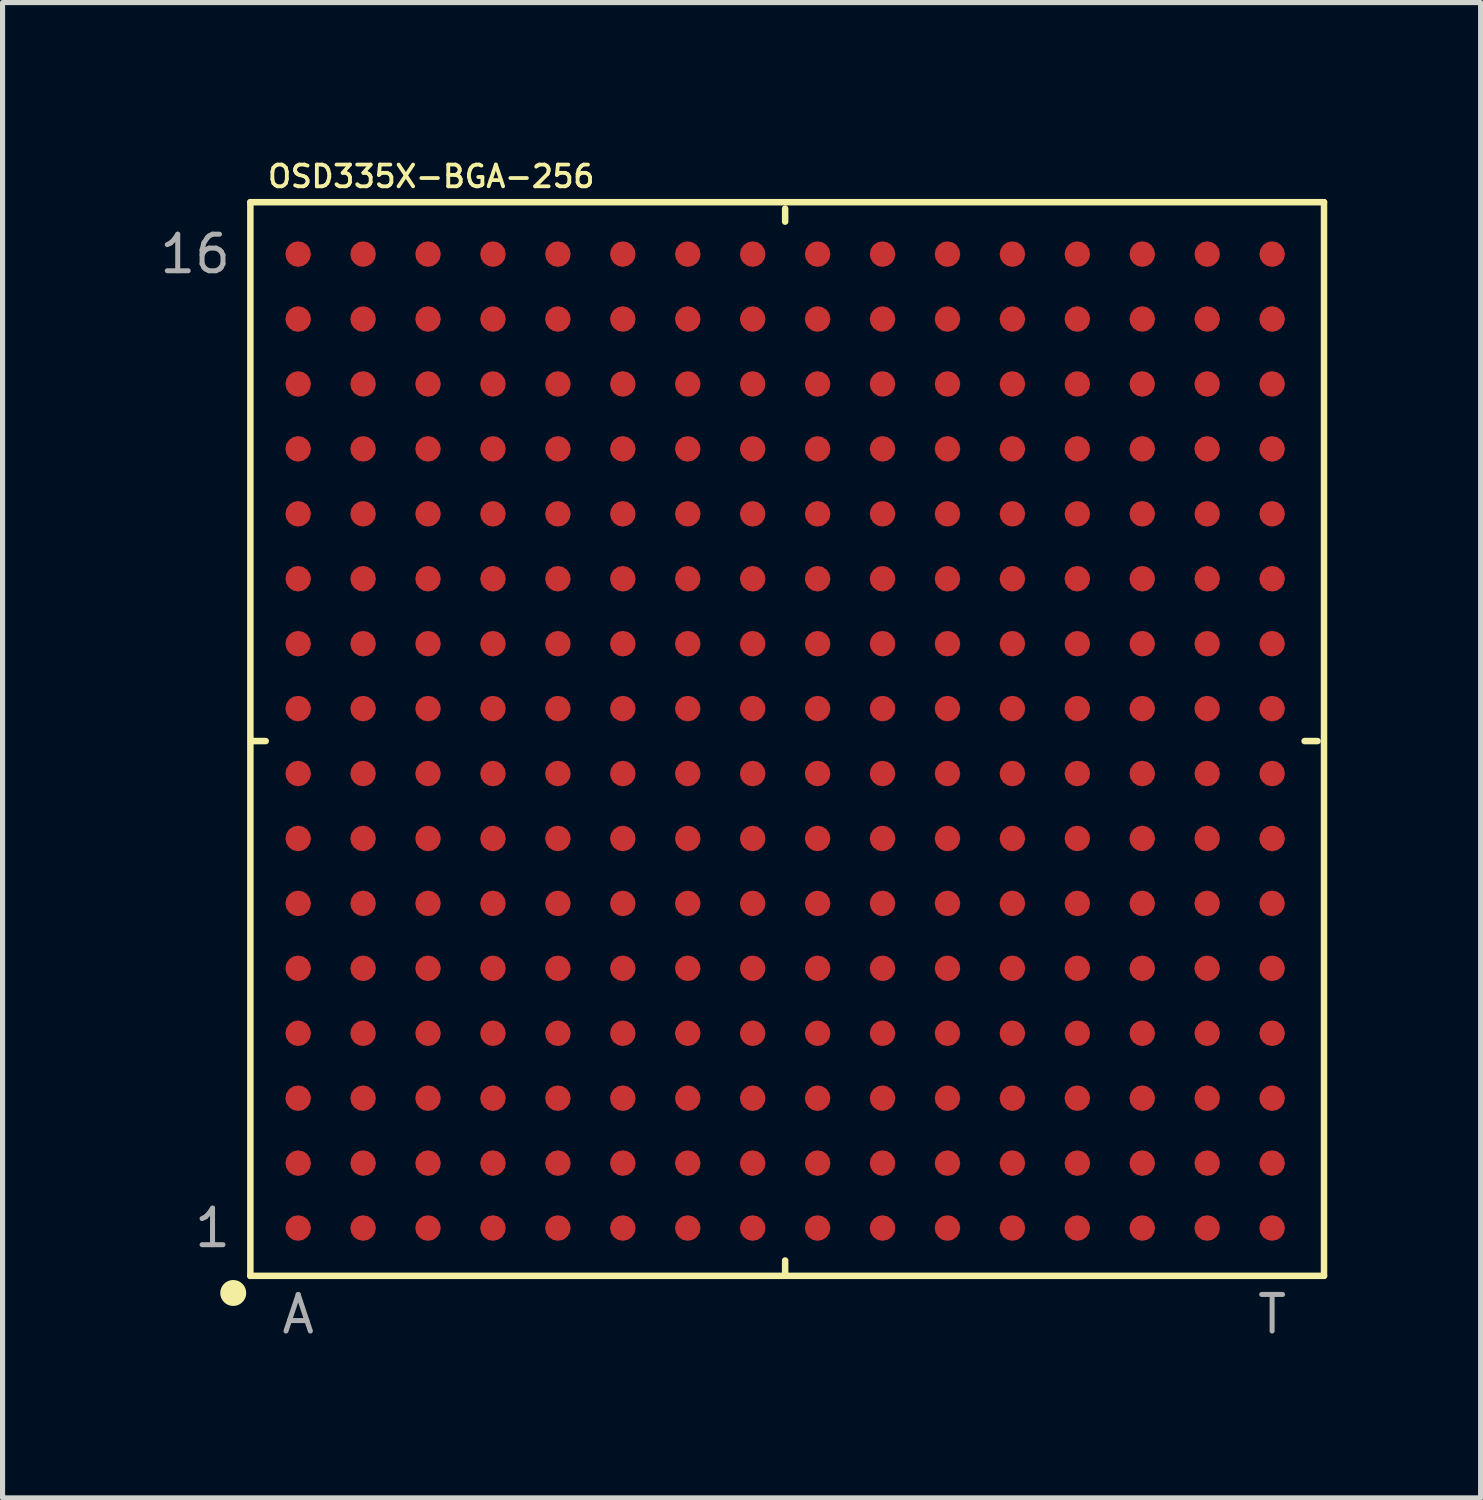
<source format=kicad_pcb>
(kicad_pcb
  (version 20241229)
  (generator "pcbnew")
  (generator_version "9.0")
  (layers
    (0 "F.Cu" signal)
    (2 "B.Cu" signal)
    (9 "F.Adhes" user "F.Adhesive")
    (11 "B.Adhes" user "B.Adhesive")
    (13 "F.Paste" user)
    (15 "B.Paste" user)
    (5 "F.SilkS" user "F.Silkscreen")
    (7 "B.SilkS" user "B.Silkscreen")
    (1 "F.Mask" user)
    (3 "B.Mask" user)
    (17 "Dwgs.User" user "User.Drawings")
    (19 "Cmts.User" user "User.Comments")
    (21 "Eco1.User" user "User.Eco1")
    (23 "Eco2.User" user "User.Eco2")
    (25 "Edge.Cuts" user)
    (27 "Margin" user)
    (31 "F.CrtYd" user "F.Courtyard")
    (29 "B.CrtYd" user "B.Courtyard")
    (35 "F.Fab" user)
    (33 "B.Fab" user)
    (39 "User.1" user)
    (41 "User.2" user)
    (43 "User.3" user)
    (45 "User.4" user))
  (footprint "OSD335X-BGA-256"
    (layer "F.Cu")
    (at 12.307 11.445)
    (property "Reference" "OSD335X-BGA-256" (at -10.16 -10.795 0) (unlocked yes) (layer "F.SilkS") (effects (font (size 0.425 0.425) (thickness 0.075)) (justify left bottom)))
    (fp_line (start -10.46 -10.54) (end -10.46 10.46) (stroke (width 0.127) (type solid)) (layer "F.SilkS"))
    (fp_line (start -10.46 10.46) (end 10.54 10.46) (stroke (width 0.127) (type solid)) (layer "F.SilkS"))
    (fp_line (start -10.414 0) (end -10.16 0) (stroke (width 0.127) (type solid)) (layer "F.SilkS"))
    (fp_line (start 0 -10.414) (end 0 -10.16) (stroke (width 0.127) (type solid)) (layer "F.SilkS"))
    (fp_line (start 0 10.414) (end 0 10.16) (stroke (width 0.127) (type solid)) (layer "F.SilkS"))
    (fp_line (start 10.414 0) (end 10.16 0) (stroke (width 0.127) (type solid)) (layer "F.SilkS"))
    (fp_line (start 10.54 -10.54) (end -10.46 -10.54) (stroke (width 0.127) (type solid)) (layer "F.SilkS"))
    (fp_line (start 10.54 10.46) (end 10.54 -10.54) (stroke (width 0.127) (type solid)) (layer "F.SilkS"))
    (fp_circle (center -10.795 10.795) (end -10.668 10.795) (stroke (width 0.254) (type solid)) (fill no) (layer "F.SilkS"))
    (fp_text user "T" (at 9.525 10.795 0) (unlocked yes) (layer "F.Fab") (effects (font (size 0.715 0.715) (thickness 0.098)) (justify top)))
    (fp_text user "1" (at -10.795 9.525 0) (unlocked yes) (layer "F.Fab") (effects (font (size 0.715 0.715) (thickness 0.098)) (justify right)))
    (fp_text user "A" (at -9.525 10.795 0) (unlocked yes) (layer "F.Fab") (effects (font (size 0.715 0.715) (thickness 0.098)) (justify top)))
    (fp_text user "16" (at -10.795 -9.525 0) (unlocked yes) (layer "F.Fab") (effects (font (size 0.715 0.715) (thickness 0.098)) (justify right)))
    (pad "A1" smd roundrect (at -9.525 9.525) (size 0.5 0.5) (layers "F.Cu" "F.Mask" "F.Paste") (roundrect_rratio 0.5))
    (pad "A2" smd roundrect (at -9.525 8.255) (size 0.5 0.5) (layers "F.Cu" "F.Mask" "F.Paste") (roundrect_rratio 0.5))
    (pad "A3" smd roundrect (at -9.525 6.985) (size 0.5 0.5) (layers "F.Cu" "F.Mask" "F.Paste") (roundrect_rratio 0.5))
    (pad "A4" smd roundrect (at -9.525 5.715) (size 0.5 0.5) (layers "F.Cu" "F.Mask" "F.Paste") (roundrect_rratio 0.5))
    (pad "A5" smd roundrect (at -9.525 4.445) (size 0.5 0.5) (layers "F.Cu" "F.Mask" "F.Paste") (roundrect_rratio 0.5))
    (pad "A6" smd roundrect (at -9.525 3.175) (size 0.5 0.5) (layers "F.Cu" "F.Mask" "F.Paste") (roundrect_rratio 0.5))
    (pad "A7" smd roundrect (at -9.525 1.905) (size 0.5 0.5) (layers "F.Cu" "F.Mask" "F.Paste") (roundrect_rratio 0.5))
    (pad "A8" smd roundrect (at -9.525 0.635) (size 0.5 0.5) (layers "F.Cu" "F.Mask" "F.Paste") (roundrect_rratio 0.5))
    (pad "A9" smd roundrect (at -9.525 -0.635) (size 0.5 0.5) (layers "F.Cu" "F.Mask" "F.Paste") (roundrect_rratio 0.5))
    (pad "A10" smd roundrect (at -9.525 -1.905) (size 0.5 0.5) (layers "F.Cu" "F.Mask" "F.Paste") (roundrect_rratio 0.5))
    (pad "A11" smd roundrect (at -9.525 -3.175) (size 0.5 0.5) (layers "F.Cu" "F.Mask" "F.Paste") (roundrect_rratio 0.5))
    (pad "A12" smd roundrect (at -9.525 -4.445) (size 0.5 0.5) (layers "F.Cu" "F.Mask" "F.Paste") (roundrect_rratio 0.5))
    (pad "A13" smd roundrect (at -9.525 -5.715) (size 0.5 0.5) (layers "F.Cu" "F.Mask" "F.Paste") (roundrect_rratio 0.5))
    (pad "A14" smd roundrect (at -9.525 -6.985) (size 0.5 0.5) (layers "F.Cu" "F.Mask" "F.Paste") (roundrect_rratio 0.5))
    (pad "A15" smd roundrect (at -9.525 -8.255) (size 0.5 0.5) (layers "F.Cu" "F.Mask" "F.Paste") (roundrect_rratio 0.5))
    (pad "A16" smd roundrect (at -9.525 -9.525) (size 0.5 0.5) (layers "F.Cu" "F.Mask" "F.Paste") (roundrect_rratio 0.5))
    (pad "B1" smd roundrect (at -8.255 9.525) (size 0.5 0.5) (layers "F.Cu" "F.Mask" "F.Paste") (roundrect_rratio 0.5))
    (pad "B2" smd roundrect (at -8.255 8.255) (size 0.5 0.5) (layers "F.Cu" "F.Mask" "F.Paste") (roundrect_rratio 0.5))
    (pad "B3" smd roundrect (at -8.255 6.985) (size 0.5 0.5) (layers "F.Cu" "F.Mask" "F.Paste") (roundrect_rratio 0.5))
    (pad "B4" smd roundrect (at -8.255 5.715) (size 0.5 0.5) (layers "F.Cu" "F.Mask" "F.Paste") (roundrect_rratio 0.5))
    (pad "B5" smd roundrect (at -8.255 4.445) (size 0.5 0.5) (layers "F.Cu" "F.Mask" "F.Paste") (roundrect_rratio 0.5))
    (pad "B6" smd roundrect (at -8.255 3.175) (size 0.5 0.5) (layers "F.Cu" "F.Mask" "F.Paste") (roundrect_rratio 0.5))
    (pad "B7" smd roundrect (at -8.255 1.905) (size 0.5 0.5) (layers "F.Cu" "F.Mask" "F.Paste") (roundrect_rratio 0.5))
    (pad "B8" smd roundrect (at -8.255 0.635) (size 0.5 0.5) (layers "F.Cu" "F.Mask" "F.Paste") (roundrect_rratio 0.5))
    (pad "B9" smd roundrect (at -8.255 -0.635) (size 0.5 0.5) (layers "F.Cu" "F.Mask" "F.Paste") (roundrect_rratio 0.5))
    (pad "B10" smd roundrect (at -8.255 -1.905) (size 0.5 0.5) (layers "F.Cu" "F.Mask" "F.Paste") (roundrect_rratio 0.5))
    (pad "B11" smd roundrect (at -8.255 -3.175) (size 0.5 0.5) (layers "F.Cu" "F.Mask" "F.Paste") (roundrect_rratio 0.5))
    (pad "B12" smd roundrect (at -8.255 -4.445) (size 0.5 0.5) (layers "F.Cu" "F.Mask" "F.Paste") (roundrect_rratio 0.5))
    (pad "B13" smd roundrect (at -8.255 -5.715) (size 0.5 0.5) (layers "F.Cu" "F.Mask" "F.Paste") (roundrect_rratio 0.5))
    (pad "B14" smd roundrect (at -8.255 -6.985) (size 0.5 0.5) (layers "F.Cu" "F.Mask" "F.Paste") (roundrect_rratio 0.5))
    (pad "B15" smd roundrect (at -8.255 -8.255) (size 0.5 0.5) (layers "F.Cu" "F.Mask" "F.Paste") (roundrect_rratio 0.5))
    (pad "B16" smd roundrect (at -8.255 -9.525) (size 0.5 0.5) (layers "F.Cu" "F.Mask" "F.Paste") (roundrect_rratio 0.5))
    (pad "C1" smd roundrect (at -6.985 9.525) (size 0.5 0.5) (layers "F.Cu" "F.Mask" "F.Paste") (roundrect_rratio 0.5))
    (pad "C2" smd roundrect (at -6.985 8.255) (size 0.5 0.5) (layers "F.Cu" "F.Mask" "F.Paste") (roundrect_rratio 0.5))
    (pad "C3" smd roundrect (at -6.985 6.985) (size 0.5 0.5) (layers "F.Cu" "F.Mask" "F.Paste") (roundrect_rratio 0.5))
    (pad "C4" smd roundrect (at -6.985 5.715) (size 0.5 0.5) (layers "F.Cu" "F.Mask" "F.Paste") (roundrect_rratio 0.5))
    (pad "C5" smd roundrect (at -6.985 4.445) (size 0.5 0.5) (layers "F.Cu" "F.Mask" "F.Paste") (roundrect_rratio 0.5))
    (pad "C6" smd roundrect (at -6.985 3.175) (size 0.5 0.5) (layers "F.Cu" "F.Mask" "F.Paste") (roundrect_rratio 0.5))
    (pad "C7" smd roundrect (at -6.985 1.905) (size 0.5 0.5) (layers "F.Cu" "F.Mask" "F.Paste") (roundrect_rratio 0.5))
    (pad "C8" smd roundrect (at -6.985 0.635) (size 0.5 0.5) (layers "F.Cu" "F.Mask" "F.Paste") (roundrect_rratio 0.5))
    (pad "C9" smd roundrect (at -6.985 -0.635) (size 0.5 0.5) (layers "F.Cu" "F.Mask" "F.Paste") (roundrect_rratio 0.5))
    (pad "C10" smd roundrect (at -6.985 -1.905) (size 0.5 0.5) (layers "F.Cu" "F.Mask" "F.Paste") (roundrect_rratio 0.5))
    (pad "C11" smd roundrect (at -6.985 -3.175) (size 0.5 0.5) (layers "F.Cu" "F.Mask" "F.Paste") (roundrect_rratio 0.5))
    (pad "C12" smd roundrect (at -6.985 -4.445) (size 0.5 0.5) (layers "F.Cu" "F.Mask" "F.Paste") (roundrect_rratio 0.5))
    (pad "C13" smd roundrect (at -6.985 -5.715) (size 0.5 0.5) (layers "F.Cu" "F.Mask" "F.Paste") (roundrect_rratio 0.5))
    (pad "C14" smd roundrect (at -6.985 -6.985) (size 0.5 0.5) (layers "F.Cu" "F.Mask" "F.Paste") (roundrect_rratio 0.5))
    (pad "C15" smd roundrect (at -6.985 -8.255) (size 0.5 0.5) (layers "F.Cu" "F.Mask" "F.Paste") (roundrect_rratio 0.5))
    (pad "C16" smd roundrect (at -6.985 -9.525) (size 0.5 0.5) (layers "F.Cu" "F.Mask" "F.Paste") (roundrect_rratio 0.5))
    (pad "D1" smd roundrect (at -5.715 9.525) (size 0.5 0.5) (layers "F.Cu" "F.Mask" "F.Paste") (roundrect_rratio 0.5))
    (pad "D2" smd roundrect (at -5.715 8.255) (size 0.5 0.5) (layers "F.Cu" "F.Mask" "F.Paste") (roundrect_rratio 0.5))
    (pad "D3" smd roundrect (at -5.715 6.985) (size 0.5 0.5) (layers "F.Cu" "F.Mask" "F.Paste") (roundrect_rratio 0.5))
    (pad "D4" smd roundrect (at -5.715 5.715) (size 0.5 0.5) (layers "F.Cu" "F.Mask" "F.Paste") (roundrect_rratio 0.5))
    (pad "D5" smd roundrect (at -5.715 4.445) (size 0.5 0.5) (layers "F.Cu" "F.Mask" "F.Paste") (roundrect_rratio 0.5))
    (pad "D6" smd roundrect (at -5.715 3.175) (size 0.5 0.5) (layers "F.Cu" "F.Mask" "F.Paste") (roundrect_rratio 0.5))
    (pad "D7" smd roundrect (at -5.715 1.905) (size 0.5 0.5) (layers "F.Cu" "F.Mask" "F.Paste") (roundrect_rratio 0.5))
    (pad "D8" smd roundrect (at -5.715 0.635) (size 0.5 0.5) (layers "F.Cu" "F.Mask" "F.Paste") (roundrect_rratio 0.5))
    (pad "D9" smd roundrect (at -5.715 -0.635) (size 0.5 0.5) (layers "F.Cu" "F.Mask" "F.Paste") (roundrect_rratio 0.5))
    (pad "D10" smd roundrect (at -5.715 -1.905) (size 0.5 0.5) (layers "F.Cu" "F.Mask" "F.Paste") (roundrect_rratio 0.5))
    (pad "D11" smd roundrect (at -5.715 -3.175) (size 0.5 0.5) (layers "F.Cu" "F.Mask" "F.Paste") (roundrect_rratio 0.5))
    (pad "D12" smd roundrect (at -5.715 -4.445) (size 0.5 0.5) (layers "F.Cu" "F.Mask" "F.Paste") (roundrect_rratio 0.5))
    (pad "D13" smd roundrect (at -5.715 -5.715) (size 0.5 0.5) (layers "F.Cu" "F.Mask" "F.Paste") (roundrect_rratio 0.5))
    (pad "D14" smd roundrect (at -5.715 -6.985) (size 0.5 0.5) (layers "F.Cu" "F.Mask" "F.Paste") (roundrect_rratio 0.5))
    (pad "D15" smd roundrect (at -5.715 -8.255) (size 0.5 0.5) (layers "F.Cu" "F.Mask" "F.Paste") (roundrect_rratio 0.5))
    (pad "D16" smd roundrect (at -5.715 -9.525) (size 0.5 0.5) (layers "F.Cu" "F.Mask" "F.Paste") (roundrect_rratio 0.5))
    (pad "E1" smd roundrect (at -4.445 9.525) (size 0.5 0.5) (layers "F.Cu" "F.Mask" "F.Paste") (roundrect_rratio 0.5))
    (pad "E2" smd roundrect (at -4.445 8.255) (size 0.5 0.5) (layers "F.Cu" "F.Mask" "F.Paste") (roundrect_rratio 0.5))
    (pad "E3" smd roundrect (at -4.445 6.985) (size 0.5 0.5) (layers "F.Cu" "F.Mask" "F.Paste") (roundrect_rratio 0.5))
    (pad "E4" smd roundrect (at -4.445 5.715) (size 0.5 0.5) (layers "F.Cu" "F.Mask" "F.Paste") (roundrect_rratio 0.5))
    (pad "E5" smd roundrect (at -4.445 4.445) (size 0.5 0.5) (layers "F.Cu" "F.Mask" "F.Paste") (roundrect_rratio 0.5))
    (pad "E6" smd roundrect (at -4.445 3.175) (size 0.5 0.5) (layers "F.Cu" "F.Mask" "F.Paste") (roundrect_rratio 0.5))
    (pad "E7" smd roundrect (at -4.445 1.905) (size 0.5 0.5) (layers "F.Cu" "F.Mask" "F.Paste") (roundrect_rratio 0.5))
    (pad "E8" smd roundrect (at -4.445 0.635) (size 0.5 0.5) (layers "F.Cu" "F.Mask" "F.Paste") (roundrect_rratio 0.5))
    (pad "E9" smd roundrect (at -4.445 -0.635) (size 0.5 0.5) (layers "F.Cu" "F.Mask" "F.Paste") (roundrect_rratio 0.5))
    (pad "E10" smd roundrect (at -4.445 -1.905) (size 0.5 0.5) (layers "F.Cu" "F.Mask" "F.Paste") (roundrect_rratio 0.5))
    (pad "E11" smd roundrect (at -4.445 -3.175) (size 0.5 0.5) (layers "F.Cu" "F.Mask" "F.Paste") (roundrect_rratio 0.5))
    (pad "E12" smd roundrect (at -4.445 -4.445) (size 0.5 0.5) (layers "F.Cu" "F.Mask" "F.Paste") (roundrect_rratio 0.5))
    (pad "E13" smd roundrect (at -4.445 -5.715) (size 0.5 0.5) (layers "F.Cu" "F.Mask" "F.Paste") (roundrect_rratio 0.5))
    (pad "E14" smd roundrect (at -4.445 -6.985) (size 0.5 0.5) (layers "F.Cu" "F.Mask" "F.Paste") (roundrect_rratio 0.5))
    (pad "E15" smd roundrect (at -4.445 -8.255) (size 0.5 0.5) (layers "F.Cu" "F.Mask" "F.Paste") (roundrect_rratio 0.5))
    (pad "E16" smd roundrect (at -4.445 -9.525) (size 0.5 0.5) (layers "F.Cu" "F.Mask" "F.Paste") (roundrect_rratio 0.5))
    (pad "F1" smd roundrect (at -3.175 9.525) (size 0.5 0.5) (layers "F.Cu" "F.Mask" "F.Paste") (roundrect_rratio 0.5))
    (pad "F2" smd roundrect (at -3.175 8.255) (size 0.5 0.5) (layers "F.Cu" "F.Mask" "F.Paste") (roundrect_rratio 0.5))
    (pad "F3" smd roundrect (at -3.175 6.985) (size 0.5 0.5) (layers "F.Cu" "F.Mask" "F.Paste") (roundrect_rratio 0.5))
    (pad "F4" smd roundrect (at -3.175 5.715) (size 0.5 0.5) (layers "F.Cu" "F.Mask" "F.Paste") (roundrect_rratio 0.5))
    (pad "F5" smd roundrect (at -3.175 4.445) (size 0.5 0.5) (layers "F.Cu" "F.Mask" "F.Paste") (roundrect_rratio 0.5))
    (pad "F6" smd roundrect (at -3.175 3.175) (size 0.5 0.5) (layers "F.Cu" "F.Mask" "F.Paste") (roundrect_rratio 0.5))
    (pad "F7" smd roundrect (at -3.175 1.905) (size 0.5 0.5) (layers "F.Cu" "F.Mask" "F.Paste") (roundrect_rratio 0.5))
    (pad "F8" smd roundrect (at -3.175 0.635) (size 0.5 0.5) (layers "F.Cu" "F.Mask" "F.Paste") (roundrect_rratio 0.5))
    (pad "F9" smd roundrect (at -3.175 -0.635) (size 0.5 0.5) (layers "F.Cu" "F.Mask" "F.Paste") (roundrect_rratio 0.5))
    (pad "F10" smd roundrect (at -3.175 -1.905) (size 0.5 0.5) (layers "F.Cu" "F.Mask" "F.Paste") (roundrect_rratio 0.5))
    (pad "F11" smd roundrect (at -3.175 -3.175) (size 0.5 0.5) (layers "F.Cu" "F.Mask" "F.Paste") (roundrect_rratio 0.5))
    (pad "F12" smd roundrect (at -3.175 -4.445) (size 0.5 0.5) (layers "F.Cu" "F.Mask" "F.Paste") (roundrect_rratio 0.5))
    (pad "F13" smd roundrect (at -3.175 -5.715) (size 0.5 0.5) (layers "F.Cu" "F.Mask" "F.Paste") (roundrect_rratio 0.5))
    (pad "F14" smd roundrect (at -3.175 -6.985) (size 0.5 0.5) (layers "F.Cu" "F.Mask" "F.Paste") (roundrect_rratio 0.5))
    (pad "F15" smd roundrect (at -3.175 -8.255) (size 0.5 0.5) (layers "F.Cu" "F.Mask" "F.Paste") (roundrect_rratio 0.5))
    (pad "F16" smd roundrect (at -3.175 -9.525) (size 0.5 0.5) (layers "F.Cu" "F.Mask" "F.Paste") (roundrect_rratio 0.5))
    (pad "G1" smd roundrect (at -1.905 9.525) (size 0.5 0.5) (layers "F.Cu" "F.Mask" "F.Paste") (roundrect_rratio 0.5))
    (pad "G2" smd roundrect (at -1.905 8.255) (size 0.5 0.5) (layers "F.Cu" "F.Mask" "F.Paste") (roundrect_rratio 0.5))
    (pad "G3" smd roundrect (at -1.905 6.985) (size 0.5 0.5) (layers "F.Cu" "F.Mask" "F.Paste") (roundrect_rratio 0.5))
    (pad "G4" smd roundrect (at -1.905 5.715) (size 0.5 0.5) (layers "F.Cu" "F.Mask" "F.Paste") (roundrect_rratio 0.5))
    (pad "G5" smd roundrect (at -1.905 4.445) (size 0.5 0.5) (layers "F.Cu" "F.Mask" "F.Paste") (roundrect_rratio 0.5))
    (pad "G6" smd roundrect (at -1.905 3.175) (size 0.5 0.5) (layers "F.Cu" "F.Mask" "F.Paste") (roundrect_rratio 0.5))
    (pad "G7" smd roundrect (at -1.905 1.905) (size 0.5 0.5) (layers "F.Cu" "F.Mask" "F.Paste") (roundrect_rratio 0.5))
    (pad "G8" smd roundrect (at -1.905 0.635) (size 0.5 0.5) (layers "F.Cu" "F.Mask" "F.Paste") (roundrect_rratio 0.5))
    (pad "G9" smd roundrect (at -1.905 -0.635) (size 0.5 0.5) (layers "F.Cu" "F.Mask" "F.Paste") (roundrect_rratio 0.5))
    (pad "G10" smd roundrect (at -1.905 -1.905) (size 0.5 0.5) (layers "F.Cu" "F.Mask" "F.Paste") (roundrect_rratio 0.5))
    (pad "G11" smd roundrect (at -1.905 -3.175) (size 0.5 0.5) (layers "F.Cu" "F.Mask" "F.Paste") (roundrect_rratio 0.5))
    (pad "G12" smd roundrect (at -1.905 -4.445) (size 0.5 0.5) (layers "F.Cu" "F.Mask" "F.Paste") (roundrect_rratio 0.5))
    (pad "G13" smd roundrect (at -1.905 -5.715) (size 0.5 0.5) (layers "F.Cu" "F.Mask" "F.Paste") (roundrect_rratio 0.5))
    (pad "G14" smd roundrect (at -1.905 -6.985) (size 0.5 0.5) (layers "F.Cu" "F.Mask" "F.Paste") (roundrect_rratio 0.5))
    (pad "G15" smd roundrect (at -1.905 -8.255) (size 0.5 0.5) (layers "F.Cu" "F.Mask" "F.Paste") (roundrect_rratio 0.5))
    (pad "G16" smd roundrect (at -1.905 -9.525) (size 0.5 0.5) (layers "F.Cu" "F.Mask" "F.Paste") (roundrect_rratio 0.5))
    (pad "H1" smd roundrect (at -0.635 9.525) (size 0.5 0.5) (layers "F.Cu" "F.Mask" "F.Paste") (roundrect_rratio 0.5))
    (pad "H2" smd roundrect (at -0.635 8.255) (size 0.5 0.5) (layers "F.Cu" "F.Mask" "F.Paste") (roundrect_rratio 0.5))
    (pad "H3" smd roundrect (at -0.635 6.985) (size 0.5 0.5) (layers "F.Cu" "F.Mask" "F.Paste") (roundrect_rratio 0.5))
    (pad "H4" smd roundrect (at -0.635 5.715) (size 0.5 0.5) (layers "F.Cu" "F.Mask" "F.Paste") (roundrect_rratio 0.5))
    (pad "H5" smd roundrect (at -0.635 4.445) (size 0.5 0.5) (layers "F.Cu" "F.Mask" "F.Paste") (roundrect_rratio 0.5))
    (pad "H6" smd roundrect (at -0.635 3.175) (size 0.5 0.5) (layers "F.Cu" "F.Mask" "F.Paste") (roundrect_rratio 0.5))
    (pad "H7" smd roundrect (at -0.635 1.905) (size 0.5 0.5) (layers "F.Cu" "F.Mask" "F.Paste") (roundrect_rratio 0.5))
    (pad "H8" smd roundrect (at -0.635 0.635) (size 0.5 0.5) (layers "F.Cu" "F.Mask" "F.Paste") (roundrect_rratio 0.5))
    (pad "H9" smd roundrect (at -0.635 -0.635) (size 0.5 0.5) (layers "F.Cu" "F.Mask" "F.Paste") (roundrect_rratio 0.5))
    (pad "H10" smd roundrect (at -0.635 -1.905) (size 0.5 0.5) (layers "F.Cu" "F.Mask" "F.Paste") (roundrect_rratio 0.5))
    (pad "H11" smd roundrect (at -0.635 -3.175) (size 0.5 0.5) (layers "F.Cu" "F.Mask" "F.Paste") (roundrect_rratio 0.5))
    (pad "H12" smd roundrect (at -0.635 -4.445) (size 0.5 0.5) (layers "F.Cu" "F.Mask" "F.Paste") (roundrect_rratio 0.5))
    (pad "H13" smd roundrect (at -0.635 -5.715) (size 0.5 0.5) (layers "F.Cu" "F.Mask" "F.Paste") (roundrect_rratio 0.5))
    (pad "H14" smd roundrect (at -0.635 -6.985) (size 0.5 0.5) (layers "F.Cu" "F.Mask" "F.Paste") (roundrect_rratio 0.5))
    (pad "H15" smd roundrect (at -0.635 -8.255) (size 0.5 0.5) (layers "F.Cu" "F.Mask" "F.Paste") (roundrect_rratio 0.5))
    (pad "H16" smd roundrect (at -0.635 -9.525) (size 0.5 0.5) (layers "F.Cu" "F.Mask" "F.Paste") (roundrect_rratio 0.5))
    (pad "J1" smd roundrect (at 0.635 9.525) (size 0.5 0.5) (layers "F.Cu" "F.Mask" "F.Paste") (roundrect_rratio 0.5))
    (pad "J2" smd roundrect (at 0.635 8.255) (size 0.5 0.5) (layers "F.Cu" "F.Mask" "F.Paste") (roundrect_rratio 0.5))
    (pad "J3" smd roundrect (at 0.635 6.985) (size 0.5 0.5) (layers "F.Cu" "F.Mask" "F.Paste") (roundrect_rratio 0.5))
    (pad "J4" smd roundrect (at 0.635 5.715) (size 0.5 0.5) (layers "F.Cu" "F.Mask" "F.Paste") (roundrect_rratio 0.5))
    (pad "J5" smd roundrect (at 0.635 4.445) (size 0.5 0.5) (layers "F.Cu" "F.Mask" "F.Paste") (roundrect_rratio 0.5))
    (pad "J6" smd roundrect (at 0.635 3.175) (size 0.5 0.5) (layers "F.Cu" "F.Mask" "F.Paste") (roundrect_rratio 0.5))
    (pad "J7" smd roundrect (at 0.635 1.905) (size 0.5 0.5) (layers "F.Cu" "F.Mask" "F.Paste") (roundrect_rratio 0.5))
    (pad "J8" smd roundrect (at 0.635 0.635) (size 0.5 0.5) (layers "F.Cu" "F.Mask" "F.Paste") (roundrect_rratio 0.5))
    (pad "J9" smd roundrect (at 0.635 -0.635) (size 0.5 0.5) (layers "F.Cu" "F.Mask" "F.Paste") (roundrect_rratio 0.5))
    (pad "J10" smd roundrect (at 0.635 -1.905) (size 0.5 0.5) (layers "F.Cu" "F.Mask" "F.Paste") (roundrect_rratio 0.5))
    (pad "J11" smd roundrect (at 0.635 -3.175) (size 0.5 0.5) (layers "F.Cu" "F.Mask" "F.Paste") (roundrect_rratio 0.5))
    (pad "J12" smd roundrect (at 0.635 -4.445) (size 0.5 0.5) (layers "F.Cu" "F.Mask" "F.Paste") (roundrect_rratio 0.5))
    (pad "J13" smd roundrect (at 0.635 -5.715) (size 0.5 0.5) (layers "F.Cu" "F.Mask" "F.Paste") (roundrect_rratio 0.5))
    (pad "J14" smd roundrect (at 0.635 -6.985) (size 0.5 0.5) (layers "F.Cu" "F.Mask" "F.Paste") (roundrect_rratio 0.5))
    (pad "J15" smd roundrect (at 0.635 -8.255) (size 0.5 0.5) (layers "F.Cu" "F.Mask" "F.Paste") (roundrect_rratio 0.5))
    (pad "J16" smd roundrect (at 0.635 -9.525) (size 0.5 0.5) (layers "F.Cu" "F.Mask" "F.Paste") (roundrect_rratio 0.5))
    (pad "K1" smd roundrect (at 1.905 9.525) (size 0.5 0.5) (layers "F.Cu" "F.Mask" "F.Paste") (roundrect_rratio 0.5))
    (pad "K2" smd roundrect (at 1.905 8.255) (size 0.5 0.5) (layers "F.Cu" "F.Mask" "F.Paste") (roundrect_rratio 0.5))
    (pad "K3" smd roundrect (at 1.905 6.985) (size 0.5 0.5) (layers "F.Cu" "F.Mask" "F.Paste") (roundrect_rratio 0.5))
    (pad "K4" smd roundrect (at 1.905 5.715) (size 0.5 0.5) (layers "F.Cu" "F.Mask" "F.Paste") (roundrect_rratio 0.5))
    (pad "K5" smd roundrect (at 1.905 4.445) (size 0.5 0.5) (layers "F.Cu" "F.Mask" "F.Paste") (roundrect_rratio 0.5))
    (pad "K6" smd roundrect (at 1.905 3.175) (size 0.5 0.5) (layers "F.Cu" "F.Mask" "F.Paste") (roundrect_rratio 0.5))
    (pad "K7" smd roundrect (at 1.905 1.905) (size 0.5 0.5) (layers "F.Cu" "F.Mask" "F.Paste") (roundrect_rratio 0.5))
    (pad "K8" smd roundrect (at 1.905 0.635) (size 0.5 0.5) (layers "F.Cu" "F.Mask" "F.Paste") (roundrect_rratio 0.5))
    (pad "K9" smd roundrect (at 1.905 -0.635) (size 0.5 0.5) (layers "F.Cu" "F.Mask" "F.Paste") (roundrect_rratio 0.5))
    (pad "K10" smd roundrect (at 1.905 -1.905) (size 0.5 0.5) (layers "F.Cu" "F.Mask" "F.Paste") (roundrect_rratio 0.5))
    (pad "K11" smd roundrect (at 1.905 -3.175) (size 0.5 0.5) (layers "F.Cu" "F.Mask" "F.Paste") (roundrect_rratio 0.5))
    (pad "K12" smd roundrect (at 1.905 -4.445) (size 0.5 0.5) (layers "F.Cu" "F.Mask" "F.Paste") (roundrect_rratio 0.5))
    (pad "K13" smd roundrect (at 1.905 -5.715) (size 0.5 0.5) (layers "F.Cu" "F.Mask" "F.Paste") (roundrect_rratio 0.5))
    (pad "K14" smd roundrect (at 1.905 -6.985) (size 0.5 0.5) (layers "F.Cu" "F.Mask" "F.Paste") (roundrect_rratio 0.5))
    (pad "K15" smd roundrect (at 1.905 -8.255) (size 0.5 0.5) (layers "F.Cu" "F.Mask" "F.Paste") (roundrect_rratio 0.5))
    (pad "K16" smd roundrect (at 1.905 -9.525) (size 0.5 0.5) (layers "F.Cu" "F.Mask" "F.Paste") (roundrect_rratio 0.5))
    (pad "L1" smd roundrect (at 3.175 9.525) (size 0.5 0.5) (layers "F.Cu" "F.Mask" "F.Paste") (roundrect_rratio 0.5))
    (pad "L2" smd roundrect (at 3.175 8.255) (size 0.5 0.5) (layers "F.Cu" "F.Mask" "F.Paste") (roundrect_rratio 0.5))
    (pad "L3" smd roundrect (at 3.175 6.985) (size 0.5 0.5) (layers "F.Cu" "F.Mask" "F.Paste") (roundrect_rratio 0.5))
    (pad "L4" smd roundrect (at 3.175 5.715) (size 0.5 0.5) (layers "F.Cu" "F.Mask" "F.Paste") (roundrect_rratio 0.5))
    (pad "L5" smd roundrect (at 3.175 4.445) (size 0.5 0.5) (layers "F.Cu" "F.Mask" "F.Paste") (roundrect_rratio 0.5))
    (pad "L6" smd roundrect (at 3.175 3.175) (size 0.5 0.5) (layers "F.Cu" "F.Mask" "F.Paste") (roundrect_rratio 0.5))
    (pad "L7" smd roundrect (at 3.175 1.905) (size 0.5 0.5) (layers "F.Cu" "F.Mask" "F.Paste") (roundrect_rratio 0.5))
    (pad "L8" smd roundrect (at 3.175 0.635) (size 0.5 0.5) (layers "F.Cu" "F.Mask" "F.Paste") (roundrect_rratio 0.5))
    (pad "L9" smd roundrect (at 3.175 -0.635) (size 0.5 0.5) (layers "F.Cu" "F.Mask" "F.Paste") (roundrect_rratio 0.5))
    (pad "L10" smd roundrect (at 3.175 -1.905) (size 0.5 0.5) (layers "F.Cu" "F.Mask" "F.Paste") (roundrect_rratio 0.5))
    (pad "L11" smd roundrect (at 3.175 -3.175) (size 0.5 0.5) (layers "F.Cu" "F.Mask" "F.Paste") (roundrect_rratio 0.5))
    (pad "L12" smd roundrect (at 3.175 -4.445) (size 0.5 0.5) (layers "F.Cu" "F.Mask" "F.Paste") (roundrect_rratio 0.5))
    (pad "L13" smd roundrect (at 3.175 -5.715) (size 0.5 0.5) (layers "F.Cu" "F.Mask" "F.Paste") (roundrect_rratio 0.5))
    (pad "L14" smd roundrect (at 3.175 -6.985) (size 0.5 0.5) (layers "F.Cu" "F.Mask" "F.Paste") (roundrect_rratio 0.5))
    (pad "L15" smd roundrect (at 3.175 -8.255) (size 0.5 0.5) (layers "F.Cu" "F.Mask" "F.Paste") (roundrect_rratio 0.5))
    (pad "L16" smd roundrect (at 3.175 -9.525) (size 0.5 0.5) (layers "F.Cu" "F.Mask" "F.Paste") (roundrect_rratio 0.5))
    (pad "M1" smd roundrect (at 4.445 9.525) (size 0.5 0.5) (layers "F.Cu" "F.Mask" "F.Paste") (roundrect_rratio 0.5))
    (pad "M2" smd roundrect (at 4.445 8.255) (size 0.5 0.5) (layers "F.Cu" "F.Mask" "F.Paste") (roundrect_rratio 0.5))
    (pad "M3" smd roundrect (at 4.445 6.985) (size 0.5 0.5) (layers "F.Cu" "F.Mask" "F.Paste") (roundrect_rratio 0.5))
    (pad "M4" smd roundrect (at 4.445 5.715) (size 0.5 0.5) (layers "F.Cu" "F.Mask" "F.Paste") (roundrect_rratio 0.5))
    (pad "M5" smd roundrect (at 4.445 4.445) (size 0.5 0.5) (layers "F.Cu" "F.Mask" "F.Paste") (roundrect_rratio 0.5))
    (pad "M6" smd roundrect (at 4.445 3.175) (size 0.5 0.5) (layers "F.Cu" "F.Mask" "F.Paste") (roundrect_rratio 0.5))
    (pad "M7" smd roundrect (at 4.445 1.905) (size 0.5 0.5) (layers "F.Cu" "F.Mask" "F.Paste") (roundrect_rratio 0.5))
    (pad "M8" smd roundrect (at 4.445 0.635) (size 0.5 0.5) (layers "F.Cu" "F.Mask" "F.Paste") (roundrect_rratio 0.5))
    (pad "M9" smd roundrect (at 4.445 -0.635) (size 0.5 0.5) (layers "F.Cu" "F.Mask" "F.Paste") (roundrect_rratio 0.5))
    (pad "M10" smd roundrect (at 4.445 -1.905) (size 0.5 0.5) (layers "F.Cu" "F.Mask" "F.Paste") (roundrect_rratio 0.5))
    (pad "M11" smd roundrect (at 4.445 -3.175) (size 0.5 0.5) (layers "F.Cu" "F.Mask" "F.Paste") (roundrect_rratio 0.5))
    (pad "M12" smd roundrect (at 4.445 -4.445) (size 0.5 0.5) (layers "F.Cu" "F.Mask" "F.Paste") (roundrect_rratio 0.5))
    (pad "M13" smd roundrect (at 4.445 -5.715) (size 0.5 0.5) (layers "F.Cu" "F.Mask" "F.Paste") (roundrect_rratio 0.5))
    (pad "M14" smd roundrect (at 4.445 -6.985) (size 0.5 0.5) (layers "F.Cu" "F.Mask" "F.Paste") (roundrect_rratio 0.5))
    (pad "M15" smd roundrect (at 4.445 -8.255) (size 0.5 0.5) (layers "F.Cu" "F.Mask" "F.Paste") (roundrect_rratio 0.5))
    (pad "M16" smd roundrect (at 4.445 -9.525) (size 0.5 0.5) (layers "F.Cu" "F.Mask" "F.Paste") (roundrect_rratio 0.5))
    (pad "N1" smd roundrect (at 5.715 9.525) (size 0.5 0.5) (layers "F.Cu" "F.Mask" "F.Paste") (roundrect_rratio 0.5))
    (pad "N2" smd roundrect (at 5.715 8.255) (size 0.5 0.5) (layers "F.Cu" "F.Mask" "F.Paste") (roundrect_rratio 0.5))
    (pad "N3" smd roundrect (at 5.715 6.985) (size 0.5 0.5) (layers "F.Cu" "F.Mask" "F.Paste") (roundrect_rratio 0.5))
    (pad "N4" smd roundrect (at 5.715 5.715) (size 0.5 0.5) (layers "F.Cu" "F.Mask" "F.Paste") (roundrect_rratio 0.5))
    (pad "N5" smd roundrect (at 5.715 4.445) (size 0.5 0.5) (layers "F.Cu" "F.Mask" "F.Paste") (roundrect_rratio 0.5))
    (pad "N6" smd roundrect (at 5.715 3.175) (size 0.5 0.5) (layers "F.Cu" "F.Mask" "F.Paste") (roundrect_rratio 0.5))
    (pad "N7" smd roundrect (at 5.715 1.905) (size 0.5 0.5) (layers "F.Cu" "F.Mask" "F.Paste") (roundrect_rratio 0.5))
    (pad "N8" smd roundrect (at 5.715 0.635) (size 0.5 0.5) (layers "F.Cu" "F.Mask" "F.Paste") (roundrect_rratio 0.5))
    (pad "N9" smd roundrect (at 5.715 -0.635) (size 0.5 0.5) (layers "F.Cu" "F.Mask" "F.Paste") (roundrect_rratio 0.5))
    (pad "N10" smd roundrect (at 5.715 -1.905) (size 0.5 0.5) (layers "F.Cu" "F.Mask" "F.Paste") (roundrect_rratio 0.5))
    (pad "N11" smd roundrect (at 5.715 -3.175) (size 0.5 0.5) (layers "F.Cu" "F.Mask" "F.Paste") (roundrect_rratio 0.5))
    (pad "N12" smd roundrect (at 5.715 -4.445) (size 0.5 0.5) (layers "F.Cu" "F.Mask" "F.Paste") (roundrect_rratio 0.5))
    (pad "N13" smd roundrect (at 5.715 -5.715) (size 0.5 0.5) (layers "F.Cu" "F.Mask" "F.Paste") (roundrect_rratio 0.5))
    (pad "N14" smd roundrect (at 5.715 -6.985) (size 0.5 0.5) (layers "F.Cu" "F.Mask" "F.Paste") (roundrect_rratio 0.5))
    (pad "N15" smd roundrect (at 5.715 -8.255) (size 0.5 0.5) (layers "F.Cu" "F.Mask" "F.Paste") (roundrect_rratio 0.5))
    (pad "N16" smd roundrect (at 5.715 -9.525) (size 0.5 0.5) (layers "F.Cu" "F.Mask" "F.Paste") (roundrect_rratio 0.5))
    (pad "P1" smd roundrect (at 6.985 9.525) (size 0.5 0.5) (layers "F.Cu" "F.Mask" "F.Paste") (roundrect_rratio 0.5))
    (pad "P2" smd roundrect (at 6.985 8.255) (size 0.5 0.5) (layers "F.Cu" "F.Mask" "F.Paste") (roundrect_rratio 0.5))
    (pad "P3" smd roundrect (at 6.985 6.985) (size 0.5 0.5) (layers "F.Cu" "F.Mask" "F.Paste") (roundrect_rratio 0.5))
    (pad "P4" smd roundrect (at 6.985 5.715) (size 0.5 0.5) (layers "F.Cu" "F.Mask" "F.Paste") (roundrect_rratio 0.5))
    (pad "P5" smd roundrect (at 6.985 4.445) (size 0.5 0.5) (layers "F.Cu" "F.Mask" "F.Paste") (roundrect_rratio 0.5))
    (pad "P6" smd roundrect (at 6.985 3.175) (size 0.5 0.5) (layers "F.Cu" "F.Mask" "F.Paste") (roundrect_rratio 0.5))
    (pad "P7" smd roundrect (at 6.985 1.905) (size 0.5 0.5) (layers "F.Cu" "F.Mask" "F.Paste") (roundrect_rratio 0.5))
    (pad "P8" smd roundrect (at 6.985 0.635) (size 0.5 0.5) (layers "F.Cu" "F.Mask" "F.Paste") (roundrect_rratio 0.5))
    (pad "P9" smd roundrect (at 6.985 -0.635) (size 0.5 0.5) (layers "F.Cu" "F.Mask" "F.Paste") (roundrect_rratio 0.5))
    (pad "P10" smd roundrect (at 6.985 -1.905) (size 0.5 0.5) (layers "F.Cu" "F.Mask" "F.Paste") (roundrect_rratio 0.5))
    (pad "P11" smd roundrect (at 6.985 -3.175) (size 0.5 0.5) (layers "F.Cu" "F.Mask" "F.Paste") (roundrect_rratio 0.5))
    (pad "P12" smd roundrect (at 6.985 -4.445) (size 0.5 0.5) (layers "F.Cu" "F.Mask" "F.Paste") (roundrect_rratio 0.5))
    (pad "P13" smd roundrect (at 6.985 -5.715) (size 0.5 0.5) (layers "F.Cu" "F.Mask" "F.Paste") (roundrect_rratio 0.5))
    (pad "P14" smd roundrect (at 6.985 -6.985) (size 0.5 0.5) (layers "F.Cu" "F.Mask" "F.Paste") (roundrect_rratio 0.5))
    (pad "P15" smd roundrect (at 6.985 -8.255) (size 0.5 0.5) (layers "F.Cu" "F.Mask" "F.Paste") (roundrect_rratio 0.5))
    (pad "P16" smd roundrect (at 6.985 -9.525) (size 0.5 0.5) (layers "F.Cu" "F.Mask" "F.Paste") (roundrect_rratio 0.5))
    (pad "R1" smd roundrect (at 8.255 9.525) (size 0.5 0.5) (layers "F.Cu" "F.Mask" "F.Paste") (roundrect_rratio 0.5))
    (pad "R2" smd roundrect (at 8.255 8.255) (size 0.5 0.5) (layers "F.Cu" "F.Mask" "F.Paste") (roundrect_rratio 0.5))
    (pad "R3" smd roundrect (at 8.255 6.985) (size 0.5 0.5) (layers "F.Cu" "F.Mask" "F.Paste") (roundrect_rratio 0.5))
    (pad "R4" smd roundrect (at 8.255 5.715) (size 0.5 0.5) (layers "F.Cu" "F.Mask" "F.Paste") (roundrect_rratio 0.5))
    (pad "R5" smd roundrect (at 8.255 4.445) (size 0.5 0.5) (layers "F.Cu" "F.Mask" "F.Paste") (roundrect_rratio 0.5))
    (pad "R6" smd roundrect (at 8.255 3.175) (size 0.5 0.5) (layers "F.Cu" "F.Mask" "F.Paste") (roundrect_rratio 0.5))
    (pad "R7" smd roundrect (at 8.255 1.905) (size 0.5 0.5) (layers "F.Cu" "F.Mask" "F.Paste") (roundrect_rratio 0.5))
    (pad "R8" smd roundrect (at 8.255 0.635) (size 0.5 0.5) (layers "F.Cu" "F.Mask" "F.Paste") (roundrect_rratio 0.5))
    (pad "R9" smd roundrect (at 8.255 -0.635) (size 0.5 0.5) (layers "F.Cu" "F.Mask" "F.Paste") (roundrect_rratio 0.5))
    (pad "R10" smd roundrect (at 8.255 -1.905) (size 0.5 0.5) (layers "F.Cu" "F.Mask" "F.Paste") (roundrect_rratio 0.5))
    (pad "R11" smd roundrect (at 8.255 -3.175) (size 0.5 0.5) (layers "F.Cu" "F.Mask" "F.Paste") (roundrect_rratio 0.5))
    (pad "R12" smd roundrect (at 8.255 -4.445) (size 0.5 0.5) (layers "F.Cu" "F.Mask" "F.Paste") (roundrect_rratio 0.5))
    (pad "R13" smd roundrect (at 8.255 -5.715) (size 0.5 0.5) (layers "F.Cu" "F.Mask" "F.Paste") (roundrect_rratio 0.5))
    (pad "R14" smd roundrect (at 8.255 -6.985) (size 0.5 0.5) (layers "F.Cu" "F.Mask" "F.Paste") (roundrect_rratio 0.5))
    (pad "R15" smd roundrect (at 8.255 -8.255) (size 0.5 0.5) (layers "F.Cu" "F.Mask" "F.Paste") (roundrect_rratio 0.5))
    (pad "R16" smd roundrect (at 8.255 -9.525) (size 0.5 0.5) (layers "F.Cu" "F.Mask" "F.Paste") (roundrect_rratio 0.5))
    (pad "T1" smd roundrect (at 9.525 9.525) (size 0.5 0.5) (layers "F.Cu" "F.Mask" "F.Paste") (roundrect_rratio 0.5))
    (pad "T2" smd roundrect (at 9.525 8.255) (size 0.5 0.5) (layers "F.Cu" "F.Mask" "F.Paste") (roundrect_rratio 0.5))
    (pad "T3" smd roundrect (at 9.525 6.985) (size 0.5 0.5) (layers "F.Cu" "F.Mask" "F.Paste") (roundrect_rratio 0.5))
    (pad "T4" smd roundrect (at 9.525 5.715) (size 0.5 0.5) (layers "F.Cu" "F.Mask" "F.Paste") (roundrect_rratio 0.5))
    (pad "T5" smd roundrect (at 9.525 4.445) (size 0.5 0.5) (layers "F.Cu" "F.Mask" "F.Paste") (roundrect_rratio 0.5))
    (pad "T6" smd roundrect (at 9.525 3.175) (size 0.5 0.5) (layers "F.Cu" "F.Mask" "F.Paste") (roundrect_rratio 0.5))
    (pad "T7" smd roundrect (at 9.525 1.905) (size 0.5 0.5) (layers "F.Cu" "F.Mask" "F.Paste") (roundrect_rratio 0.5))
    (pad "T8" smd roundrect (at 9.525 0.635) (size 0.5 0.5) (layers "F.Cu" "F.Mask" "F.Paste") (roundrect_rratio 0.5))
    (pad "T9" smd roundrect (at 9.525 -0.635) (size 0.5 0.5) (layers "F.Cu" "F.Mask" "F.Paste") (roundrect_rratio 0.5))
    (pad "T10" smd roundrect (at 9.525 -1.905) (size 0.5 0.5) (layers "F.Cu" "F.Mask" "F.Paste") (roundrect_rratio 0.5))
    (pad "T11" smd roundrect (at 9.525 -3.175) (size 0.5 0.5) (layers "F.Cu" "F.Mask" "F.Paste") (roundrect_rratio 0.5))
    (pad "T12" smd roundrect (at 9.525 -4.445) (size 0.5 0.5) (layers "F.Cu" "F.Mask" "F.Paste") (roundrect_rratio 0.5))
    (pad "T13" smd roundrect (at 9.525 -5.715) (size 0.5 0.5) (layers "F.Cu" "F.Mask" "F.Paste") (roundrect_rratio 0.5))
    (pad "T14" smd roundrect (at 9.525 -6.985) (size 0.5 0.5) (layers "F.Cu" "F.Mask" "F.Paste") (roundrect_rratio 0.5))
    (pad "T15" smd roundrect (at 9.525 -8.255) (size 0.5 0.5) (layers "F.Cu" "F.Mask" "F.Paste") (roundrect_rratio 0.5))
    (pad "T16" smd roundrect (at 9.525 -9.525) (size 0.5 0.5) (layers "F.Cu" "F.Mask" "F.Paste") (roundrect_rratio 0.5)))
  (gr_rect
    (start -3 -3)
    (end 25.91 26.248)
    (stroke (width 0.1) (type default))
    (fill no)
    (layer "Edge.Cuts")))
</source>
